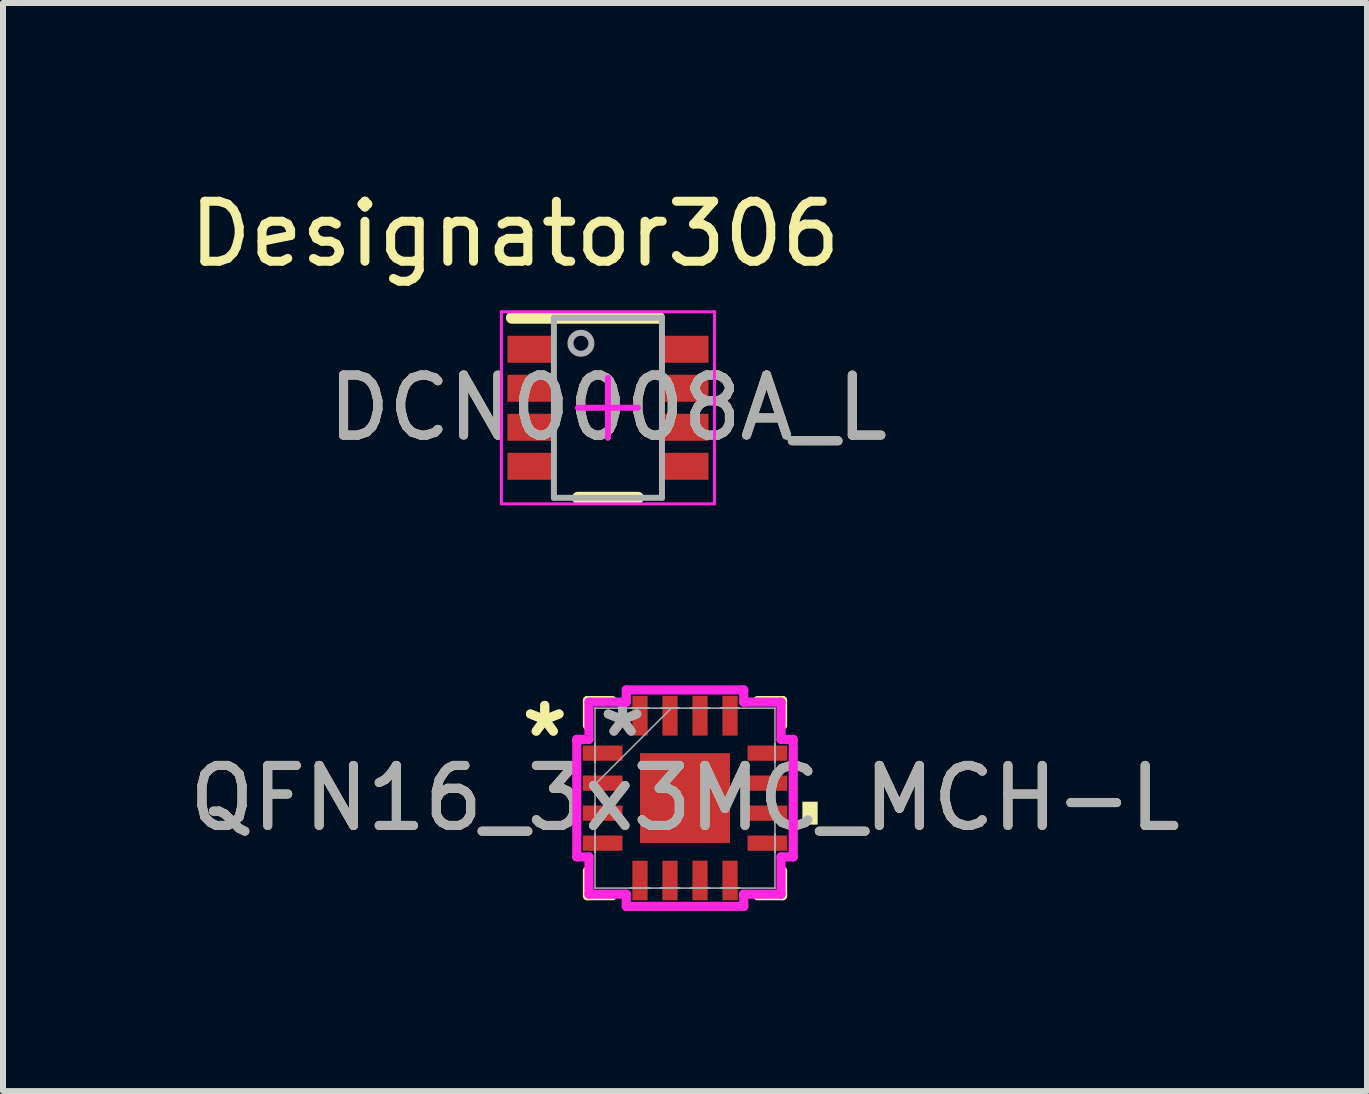
<source format=kicad_pcb>
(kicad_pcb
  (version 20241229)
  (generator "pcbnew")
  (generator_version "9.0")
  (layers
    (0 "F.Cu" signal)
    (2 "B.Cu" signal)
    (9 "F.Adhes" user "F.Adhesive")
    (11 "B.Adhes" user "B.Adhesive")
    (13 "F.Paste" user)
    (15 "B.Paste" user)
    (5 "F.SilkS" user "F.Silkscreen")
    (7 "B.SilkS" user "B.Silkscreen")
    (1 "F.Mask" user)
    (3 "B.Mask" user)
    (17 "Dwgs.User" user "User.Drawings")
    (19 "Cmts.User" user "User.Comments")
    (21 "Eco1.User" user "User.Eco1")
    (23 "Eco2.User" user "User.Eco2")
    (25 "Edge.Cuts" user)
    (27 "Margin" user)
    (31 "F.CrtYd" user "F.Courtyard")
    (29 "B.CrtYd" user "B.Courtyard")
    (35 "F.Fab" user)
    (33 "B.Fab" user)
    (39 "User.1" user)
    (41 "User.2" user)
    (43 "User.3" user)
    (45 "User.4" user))
  (footprint "QFN16_3x3MC_MCH-L"
    (layer "F.Cu")
    (at 8.363 10.248)
    (property "Reference" "QFN16_3x3MC_MCH-L" (at 0 0 0) (unlocked yes) (layer "F.SilkS") (effects (font (size 1 1) (thickness 0.15))))
    (attr smd)
    (fp_line (start -1.626 -1.626) (end -1.626 -1.21) (stroke (width 0.152) (type solid)) (layer "F.SilkS"))
    (fp_line (start -1.626 1.21) (end -1.626 1.626) (stroke (width 0.152) (type solid)) (layer "F.SilkS"))
    (fp_line (start -1.626 1.626) (end -1.21 1.626) (stroke (width 0.152) (type solid)) (layer "F.SilkS"))
    (fp_line (start -1.21 -1.626) (end -1.626 -1.626) (stroke (width 0.152) (type solid)) (layer "F.SilkS"))
    (fp_line (start 1.21 1.626) (end 1.626 1.626) (stroke (width 0.152) (type solid)) (layer "F.SilkS"))
    (fp_line (start 1.626 -1.626) (end 1.21 -1.626) (stroke (width 0.152) (type solid)) (layer "F.SilkS"))
    (fp_line (start 1.626 -1.21) (end 1.626 -1.626) (stroke (width 0.152) (type solid)) (layer "F.SilkS"))
    (fp_line (start 1.626 1.626) (end 1.626 1.21) (stroke (width 0.152) (type solid)) (layer "F.SilkS"))
    (fp_poly (pts (xy 2.21 0.059) (xy 2.21 0.441) (xy 1.956 0.441) (xy 1.956 0.059)) (stroke (width 0) (type solid)) (fill yes) (layer "F.SilkS"))
    (fp_line (start -1.803 -0.979) (end -1.6 -0.979) (stroke (width 0.152) (type solid)) (layer "F.CrtYd"))
    (fp_line (start -1.803 0.979) (end -1.803 -0.979) (stroke (width 0.152) (type solid)) (layer "F.CrtYd"))
    (fp_line (start -1.6 -1.6) (end -0.979 -1.6) (stroke (width 0.152) (type solid)) (layer "F.CrtYd"))
    (fp_line (start -1.6 -0.979) (end -1.6 -1.6) (stroke (width 0.152) (type solid)) (layer "F.CrtYd"))
    (fp_line (start -1.6 0.979) (end -1.803 0.979) (stroke (width 0.152) (type solid)) (layer "F.CrtYd"))
    (fp_line (start -1.6 1.6) (end -1.6 0.979) (stroke (width 0.152) (type solid)) (layer "F.CrtYd"))
    (fp_line (start -0.979 -1.803) (end 0.979 -1.803) (stroke (width 0.152) (type solid)) (layer "F.CrtYd"))
    (fp_line (start -0.979 -1.6) (end -0.979 -1.803) (stroke (width 0.152) (type solid)) (layer "F.CrtYd"))
    (fp_line (start -0.979 1.6) (end -1.6 1.6) (stroke (width 0.152) (type solid)) (layer "F.CrtYd"))
    (fp_line (start -0.979 1.803) (end -0.979 1.6) (stroke (width 0.152) (type solid)) (layer "F.CrtYd"))
    (fp_line (start 0.979 -1.803) (end 0.979 -1.6) (stroke (width 0.152) (type solid)) (layer "F.CrtYd"))
    (fp_line (start 0.979 -1.6) (end 1.6 -1.6) (stroke (width 0.152) (type solid)) (layer "F.CrtYd"))
    (fp_line (start 0.979 1.6) (end 0.979 1.803) (stroke (width 0.152) (type solid)) (layer "F.CrtYd"))
    (fp_line (start 0.979 1.803) (end -0.979 1.803) (stroke (width 0.152) (type solid)) (layer "F.CrtYd"))
    (fp_line (start 1.6 -1.6) (end 1.6 -0.979) (stroke (width 0.152) (type solid)) (layer "F.CrtYd"))
    (fp_line (start 1.6 -0.979) (end 1.803 -0.979) (stroke (width 0.152) (type solid)) (layer "F.CrtYd"))
    (fp_line (start 1.6 0.979) (end 1.6 1.6) (stroke (width 0.152) (type solid)) (layer "F.CrtYd"))
    (fp_line (start 1.6 1.6) (end 0.979 1.6) (stroke (width 0.152) (type solid)) (layer "F.CrtYd"))
    (fp_line (start 1.803 -0.979) (end 1.803 0.979) (stroke (width 0.152) (type solid)) (layer "F.CrtYd"))
    (fp_line (start 1.803 0.979) (end 1.6 0.979) (stroke (width 0.152) (type solid)) (layer "F.CrtYd"))
    (fp_line (start -1.499 -1.499) (end -1.499 -1.499) (stroke (width 0.025) (type solid)) (layer "F.Fab"))
    (fp_line (start -1.499 -1.499) (end -1.499 1.499) (stroke (width 0.025) (type solid)) (layer "F.Fab"))
    (fp_line (start -1.499 -0.902) (end -1.499 -0.902) (stroke (width 0.025) (type solid)) (layer "F.Fab"))
    (fp_line (start -1.499 -0.902) (end -1.499 -0.598) (stroke (width 0.025) (type solid)) (layer "F.Fab"))
    (fp_line (start -1.499 -0.598) (end -1.499 -0.902) (stroke (width 0.025) (type solid)) (layer "F.Fab"))
    (fp_line (start -1.499 -0.598) (end -1.499 -0.598) (stroke (width 0.025) (type solid)) (layer "F.Fab"))
    (fp_line (start -1.499 -0.402) (end -1.499 -0.402) (stroke (width 0.025) (type solid)) (layer "F.Fab"))
    (fp_line (start -1.499 -0.402) (end -1.499 -0.098) (stroke (width 0.025) (type solid)) (layer "F.Fab"))
    (fp_line (start -1.499 -0.229) (end -0.229 -1.499) (stroke (width 0.025) (type solid)) (layer "F.Fab"))
    (fp_line (start -1.499 -0.098) (end -1.499 -0.402) (stroke (width 0.025) (type solid)) (layer "F.Fab"))
    (fp_line (start -1.499 -0.098) (end -1.499 -0.098) (stroke (width 0.025) (type solid)) (layer "F.Fab"))
    (fp_line (start -1.499 0.098) (end -1.499 0.098) (stroke (width 0.025) (type solid)) (layer "F.Fab"))
    (fp_line (start -1.499 0.098) (end -1.499 0.402) (stroke (width 0.025) (type solid)) (layer "F.Fab"))
    (fp_line (start -1.499 0.402) (end -1.499 0.098) (stroke (width 0.025) (type solid)) (layer "F.Fab"))
    (fp_line (start -1.499 0.402) (end -1.499 0.402) (stroke (width 0.025) (type solid)) (layer "F.Fab"))
    (fp_line (start -1.499 0.598) (end -1.499 0.598) (stroke (width 0.025) (type solid)) (layer "F.Fab"))
    (fp_line (start -1.499 0.598) (end -1.499 0.902) (stroke (width 0.025) (type solid)) (layer "F.Fab"))
    (fp_line (start -1.499 0.902) (end -1.499 0.598) (stroke (width 0.025) (type solid)) (layer "F.Fab"))
    (fp_line (start -1.499 0.902) (end -1.499 0.902) (stroke (width 0.025) (type solid)) (layer "F.Fab"))
    (fp_line (start -1.499 1.499) (end -1.499 1.499) (stroke (width 0.025) (type solid)) (layer "F.Fab"))
    (fp_line (start -1.499 1.499) (end 1.499 1.499) (stroke (width 0.025) (type solid)) (layer "F.Fab"))
    (fp_line (start -0.902 -1.499) (end -0.902 -1.499) (stroke (width 0.025) (type solid)) (layer "F.Fab"))
    (fp_line (start -0.902 -1.499) (end -0.598 -1.499) (stroke (width 0.025) (type solid)) (layer "F.Fab"))
    (fp_line (start -0.902 1.499) (end -0.902 1.499) (stroke (width 0.025) (type solid)) (layer "F.Fab"))
    (fp_line (start -0.902 1.499) (end -0.598 1.499) (stroke (width 0.025) (type solid)) (layer "F.Fab"))
    (fp_line (start -0.598 -1.499) (end -0.902 -1.499) (stroke (width 0.025) (type solid)) (layer "F.Fab"))
    (fp_line (start -0.598 -1.499) (end -0.598 -1.499) (stroke (width 0.025) (type solid)) (layer "F.Fab"))
    (fp_line (start -0.598 1.499) (end -0.902 1.499) (stroke (width 0.025) (type solid)) (layer "F.Fab"))
    (fp_line (start -0.598 1.499) (end -0.598 1.499) (stroke (width 0.025) (type solid)) (layer "F.Fab"))
    (fp_line (start -0.402 -1.499) (end -0.402 -1.499) (stroke (width 0.025) (type solid)) (layer "F.Fab"))
    (fp_line (start -0.402 -1.499) (end -0.098 -1.499) (stroke (width 0.025) (type solid)) (layer "F.Fab"))
    (fp_line (start -0.402 1.499) (end -0.402 1.499) (stroke (width 0.025) (type solid)) (layer "F.Fab"))
    (fp_line (start -0.402 1.499) (end -0.098 1.499) (stroke (width 0.025) (type solid)) (layer "F.Fab"))
    (fp_line (start -0.098 -1.499) (end -0.402 -1.499) (stroke (width 0.025) (type solid)) (layer "F.Fab"))
    (fp_line (start -0.098 -1.499) (end -0.098 -1.499) (stroke (width 0.025) (type solid)) (layer "F.Fab"))
    (fp_line (start -0.098 1.499) (end -0.402 1.499) (stroke (width 0.025) (type solid)) (layer "F.Fab"))
    (fp_line (start -0.098 1.499) (end -0.098 1.499) (stroke (width 0.025) (type solid)) (layer "F.Fab"))
    (fp_line (start 0.098 -1.499) (end 0.098 -1.499) (stroke (width 0.025) (type solid)) (layer "F.Fab"))
    (fp_line (start 0.098 -1.499) (end 0.402 -1.499) (stroke (width 0.025) (type solid)) (layer "F.Fab"))
    (fp_line (start 0.098 1.499) (end 0.098 1.499) (stroke (width 0.025) (type solid)) (layer "F.Fab"))
    (fp_line (start 0.098 1.499) (end 0.402 1.499) (stroke (width 0.025) (type solid)) (layer "F.Fab"))
    (fp_line (start 0.402 -1.499) (end 0.098 -1.499) (stroke (width 0.025) (type solid)) (layer "F.Fab"))
    (fp_line (start 0.402 -1.499) (end 0.402 -1.499) (stroke (width 0.025) (type solid)) (layer "F.Fab"))
    (fp_line (start 0.402 1.499) (end 0.098 1.499) (stroke (width 0.025) (type solid)) (layer "F.Fab"))
    (fp_line (start 0.402 1.499) (end 0.402 1.499) (stroke (width 0.025) (type solid)) (layer "F.Fab"))
    (fp_line (start 0.598 -1.499) (end 0.598 -1.499) (stroke (width 0.025) (type solid)) (layer "F.Fab"))
    (fp_line (start 0.598 -1.499) (end 0.902 -1.499) (stroke (width 0.025) (type solid)) (layer "F.Fab"))
    (fp_line (start 0.598 1.499) (end 0.598 1.499) (stroke (width 0.025) (type solid)) (layer "F.Fab"))
    (fp_line (start 0.598 1.499) (end 0.902 1.499) (stroke (width 0.025) (type solid)) (layer "F.Fab"))
    (fp_line (start 0.902 -1.499) (end 0.598 -1.499) (stroke (width 0.025) (type solid)) (layer "F.Fab"))
    (fp_line (start 0.902 -1.499) (end 0.902 -1.499) (stroke (width 0.025) (type solid)) (layer "F.Fab"))
    (fp_line (start 0.902 1.499) (end 0.598 1.499) (stroke (width 0.025) (type solid)) (layer "F.Fab"))
    (fp_line (start 0.902 1.499) (end 0.902 1.499) (stroke (width 0.025) (type solid)) (layer "F.Fab"))
    (fp_line (start 1.499 -1.499) (end -1.499 -1.499) (stroke (width 0.025) (type solid)) (layer "F.Fab"))
    (fp_line (start 1.499 -1.499) (end 1.499 -1.499) (stroke (width 0.025) (type solid)) (layer "F.Fab"))
    (fp_line (start 1.499 -0.902) (end 1.499 -0.902) (stroke (width 0.025) (type solid)) (layer "F.Fab"))
    (fp_line (start 1.499 -0.902) (end 1.499 -0.598) (stroke (width 0.025) (type solid)) (layer "F.Fab"))
    (fp_line (start 1.499 -0.598) (end 1.499 -0.902) (stroke (width 0.025) (type solid)) (layer "F.Fab"))
    (fp_line (start 1.499 -0.598) (end 1.499 -0.598) (stroke (width 0.025) (type solid)) (layer "F.Fab"))
    (fp_line (start 1.499 -0.402) (end 1.499 -0.402) (stroke (width 0.025) (type solid)) (layer "F.Fab"))
    (fp_line (start 1.499 -0.402) (end 1.499 -0.098) (stroke (width 0.025) (type solid)) (layer "F.Fab"))
    (fp_line (start 1.499 -0.098) (end 1.499 -0.402) (stroke (width 0.025) (type solid)) (layer "F.Fab"))
    (fp_line (start 1.499 -0.098) (end 1.499 -0.098) (stroke (width 0.025) (type solid)) (layer "F.Fab"))
    (fp_line (start 1.499 0.098) (end 1.499 0.098) (stroke (width 0.025) (type solid)) (layer "F.Fab"))
    (fp_line (start 1.499 0.098) (end 1.499 0.402) (stroke (width 0.025) (type solid)) (layer "F.Fab"))
    (fp_line (start 1.499 0.402) (end 1.499 0.098) (stroke (width 0.025) (type solid)) (layer "F.Fab"))
    (fp_line (start 1.499 0.402) (end 1.499 0.402) (stroke (width 0.025) (type solid)) (layer "F.Fab"))
    (fp_line (start 1.499 0.598) (end 1.499 0.598) (stroke (width 0.025) (type solid)) (layer "F.Fab"))
    (fp_line (start 1.499 0.598) (end 1.499 0.902) (stroke (width 0.025) (type solid)) (layer "F.Fab"))
    (fp_line (start 1.499 0.902) (end 1.499 0.598) (stroke (width 0.025) (type solid)) (layer "F.Fab"))
    (fp_line (start 1.499 0.902) (end 1.499 0.902) (stroke (width 0.025) (type solid)) (layer "F.Fab"))
    (fp_line (start 1.499 1.499) (end 1.499 -1.499) (stroke (width 0.025) (type solid)) (layer "F.Fab"))
    (fp_line (start 1.499 1.499) (end 1.499 1.499) (stroke (width 0.025) (type solid)) (layer "F.Fab"))
    (fp_text user "*" (at -2.337 -1 0) (unlocked yes) (layer "F.SilkS") (effects (font (size 1 1) (thickness 0.15))))
    (fp_text user "*" (at -2.337 -1 0) (layer "F.SilkS") (effects (font (size 1 1) (thickness 0.15))))
    (fp_text user "*" (at -1.041 -1 0) (unlocked yes) (layer "F.Fab") (effects (font (size 1 1) (thickness 0.15))))
    (fp_text user "*" (at -1.041 -1 0) (layer "F.Fab") (effects (font (size 1 1) (thickness 0.15))))
    (fp_text user "${REFERENCE}" (at 0 0 0) (unlocked yes) (layer "F.Fab") (effects (font (size 1 1) (thickness 0.15))))
    (pad "1" smd rect (at -1.372 -0.75 90) (size 0.254 0.66) (layers "F.Cu" "F.Mask" "F.Paste"))
    (pad "2" smd rect (at -1.372 -0.25 90) (size 0.254 0.66) (layers "F.Cu" "F.Mask" "F.Paste"))
    (pad "3" smd rect (at -1.372 0.25 90) (size 0.254 0.66) (layers "F.Cu" "F.Mask" "F.Paste"))
    (pad "4" smd rect (at -1.372 0.75 90) (size 0.254 0.66) (layers "F.Cu" "F.Mask" "F.Paste"))
    (pad "5" smd rect (at -0.75 1.372) (size 0.254 0.66) (layers "F.Cu" "F.Mask" "F.Paste"))
    (pad "6" smd rect (at -0.25 1.372) (size 0.254 0.66) (layers "F.Cu" "F.Mask" "F.Paste"))
    (pad "7" smd rect (at 0.25 1.372) (size 0.254 0.66) (layers "F.Cu" "F.Mask" "F.Paste"))
    (pad "8" smd rect (at 0.75 1.372) (size 0.254 0.66) (layers "F.Cu" "F.Mask" "F.Paste"))
    (pad "9" smd rect (at 1.372 0.75 90) (size 0.254 0.66) (layers "F.Cu" "F.Mask" "F.Paste"))
    (pad "10" smd rect (at 1.372 0.25 90) (size 0.254 0.66) (layers "F.Cu" "F.Mask" "F.Paste"))
    (pad "11" smd rect (at 1.372 -0.25 90) (size 0.254 0.66) (layers "F.Cu" "F.Mask" "F.Paste"))
    (pad "12" smd rect (at 1.372 -0.75 90) (size 0.254 0.66) (layers "F.Cu" "F.Mask" "F.Paste"))
    (pad "13" smd rect (at 0.75 -1.372) (size 0.254 0.66) (layers "F.Cu" "F.Mask" "F.Paste"))
    (pad "14" smd rect (at 0.25 -1.372) (size 0.254 0.66) (layers "F.Cu" "F.Mask" "F.Paste"))
    (pad "15" smd rect (at -0.25 -1.372) (size 0.254 0.66) (layers "F.Cu" "F.Mask" "F.Paste"))
    (pad "16" smd rect (at -0.75 -1.372) (size 0.254 0.66) (layers "F.Cu" "F.Mask" "F.Paste"))
    (pad "17" smd rect (at 0 0) (size 1.499 1.499) (layers "F.Cu" "F.Mask" "F.Paste")))
  (footprint "DCN0008A_L"
    (layer "F.Cu")
    (at 7.079 3.744)
    (property "Reference" "DCN0008A_L" (at 0 0 0) (unlocked yes) (layer "F.SilkS") (effects (font (size 1 1) (thickness 0.15))))
    (attr smd)
    (fp_line (start -1.6 -1.5) (end 0.85 -1.5) (stroke (width 0.2) (type solid)) (layer "F.SilkS"))
    (fp_line (start -0.5 1.5) (end 0.5 1.5) (stroke (width 0.2) (type solid)) (layer "F.SilkS"))
    (fp_line (start -1.775 -1.6) (end 1.775 -1.6) (stroke (width 0.05) (type solid)) (layer "F.CrtYd"))
    (fp_line (start -1.775 1.6) (end -1.775 -1.6) (stroke (width 0.05) (type solid)) (layer "F.CrtYd"))
    (fp_line (start -1.775 1.6) (end 1.775 1.6) (stroke (width 0.05) (type solid)) (layer "F.CrtYd"))
    (fp_line (start -0.5 0) (end 0.5 0) (stroke (width 0.1) (type solid)) (layer "F.CrtYd"))
    (fp_line (start 0 0.5) (end 0 -0.5) (stroke (width 0.1) (type solid)) (layer "F.CrtYd"))
    (fp_line (start 1.775 1.6) (end 1.775 -1.6) (stroke (width 0.05) (type solid)) (layer "F.CrtYd"))
    (fp_line (start -0.9 -1.5) (end 0.9 -1.5) (stroke (width 0.1) (type solid)) (layer "F.Fab"))
    (fp_line (start -0.9 1.5) (end -0.9 -1.5) (stroke (width 0.1) (type solid)) (layer "F.Fab"))
    (fp_line (start -0.9 1.5) (end 0.9 1.5) (stroke (width 0.1) (type solid)) (layer "F.Fab"))
    (fp_line (start 0.9 1.5) (end 0.9 -1.5) (stroke (width 0.1) (type solid)) (layer "F.Fab"))
    (fp_circle (center -0.45 -1.075) (end -0.275 -1.075) (stroke (width 0.1) (type solid)) (fill no) (layer "F.Fab"))
    (fp_text user "Designator306" (at -1.549 -2.896 0) (unlocked yes) (layer "F.SilkS") (effects (font (size 1 1) (thickness 0.15))))
    (fp_text user "${REFERENCE}" (at 0 0 0) (unlocked yes) (layer "F.Fab") (effects (font (size 1 1) (thickness 0.15))))
    (pad "1" smd rect (at -1.275 -0.975 90) (size 0.45 0.8) (layers "F.Cu" "F.Mask" "F.Paste"))
    (pad "2" smd rect (at -1.275 -0.325 90) (size 0.45 0.8) (layers "F.Cu" "F.Mask" "F.Paste"))
    (pad "3" smd rect (at -1.275 0.325 90) (size 0.45 0.8) (layers "F.Cu" "F.Mask" "F.Paste"))
    (pad "4" smd rect (at -1.275 0.975 90) (size 0.45 0.8) (layers "F.Cu" "F.Mask" "F.Paste"))
    (pad "5" smd rect (at 1.275 0.975 90) (size 0.45 0.8) (layers "F.Cu" "F.Mask" "F.Paste"))
    (pad "6" smd rect (at 1.275 0.325 90) (size 0.45 0.8) (layers "F.Cu" "F.Mask" "F.Paste"))
    (pad "7" smd rect (at 1.275 -0.325 90) (size 0.45 0.8) (layers "F.Cu" "F.Mask" "F.Paste"))
    (pad "8" smd rect (at 1.275 -0.975 90) (size 0.45 0.8) (layers "F.Cu" "F.Mask" "F.Paste")))
  (gr_rect
    (start -3 -3)
    (end 19.726 15.128)
    (stroke (width 0.1) (type default))
    (fill no)
    (layer "Edge.Cuts")))
</source>
